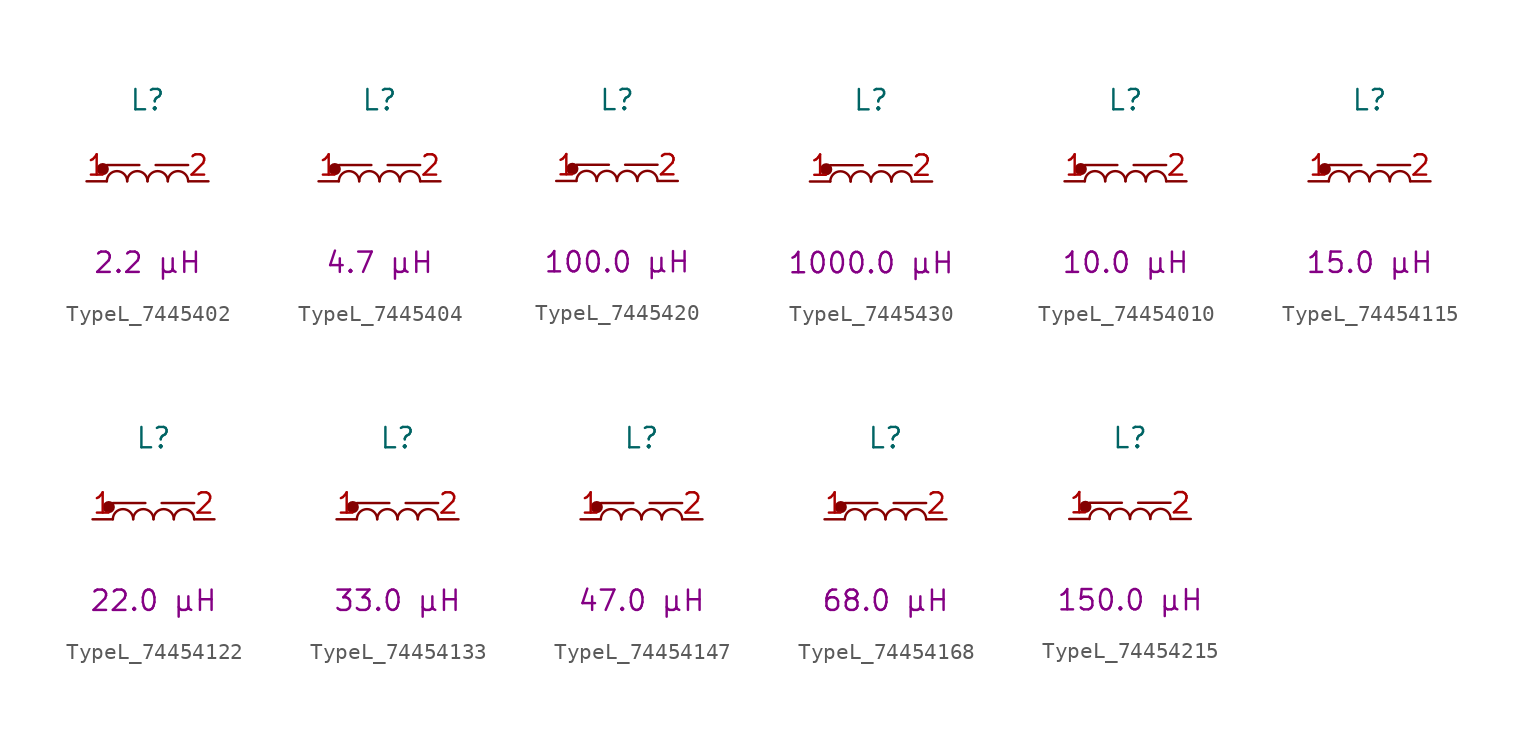
<source format=kicad_sym>
(kicad_symbol_lib
  (version 20220914)
  (generator kicad_symbol_editor)
  (symbol "TypeL_7445402"
    (pin_names hide)
    (property "Reference" "L"
      (at 0 5.08 0)
      (effects (font (size 1.27 1.27))))
    (property "Critical Parameter" "2.2 µH"
      (at 0 -5.08 0)
      (effects (font (size 1.27 1.27))))
    (symbol "TypeL_7445402_0_1"
      (arc (start -1.27 0) (mid -1.905 0.6323) (end -2.54 0) (stroke (width 0) (type default)) (fill (type none)))
      (arc (start 0 0) (mid -0.635 0.6323) (end -1.27 0) (stroke (width 0) (type default)) (fill (type none)))
      (polyline (pts (xy -2.54 1.016) (xy -0.508 1.016)) (stroke (width 0) (type default)) (fill (type none)))
      (arc (start 1.27 0) (mid 0.635 0.6323) (end 0 0) (stroke (width 0) (type default)) (fill (type none)))
      (arc (start 2.54 0) (mid 1.905 0.6323) (end 1.27 0) (stroke (width 0) (type default)) (fill (type none))))
    (symbol "TypeL_7445402_1_1"
      (circle (center -2.794 0.762) (radius 0.0001) (stroke (width 0.381) (type default)) (fill (type none)))
      (polyline (pts (xy 2.54 1.016) (xy 0.508 1.016)) (stroke (width 0) (type default)) (fill (type none)))
      (pin passive line (at -3.81 0 0) (length 1.27) (name "1" (effects (font (size 1.27 1.27)))) (number "1" (effects (font (size 1.27 1.27)))))
      (pin passive line (at 3.81 0 180) (length 1.27) (name "2" (effects (font (size 1.27 1.27)))) (number "2" (effects (font (size 1.27 1.27)))))))
  (symbol "TypeL_7445404"
    (pin_names hide)
    (property "Reference" "L"
      (at 0 5.08 0)
      (effects (font (size 1.27 1.27))))
    (property "Critical Parameter" "4.7 µH"
      (at 0 -5.08 0)
      (effects (font (size 1.27 1.27))))
    (symbol "TypeL_7445404_0_1"
      (arc (start -1.27 0) (mid -1.905 0.6323) (end -2.54 0) (stroke (width 0) (type default)) (fill (type none)))
      (arc (start 0 0) (mid -0.635 0.6323) (end -1.27 0) (stroke (width 0) (type default)) (fill (type none)))
      (polyline (pts (xy -2.54 1.016) (xy -0.508 1.016)) (stroke (width 0) (type default)) (fill (type none)))
      (arc (start 1.27 0) (mid 0.635 0.6323) (end 0 0) (stroke (width 0) (type default)) (fill (type none)))
      (arc (start 2.54 0) (mid 1.905 0.6323) (end 1.27 0) (stroke (width 0) (type default)) (fill (type none))))
    (symbol "TypeL_7445404_1_1"
      (circle (center -2.794 0.762) (radius 0.0001) (stroke (width 0.381) (type default)) (fill (type none)))
      (polyline (pts (xy 2.54 1.016) (xy 0.508 1.016)) (stroke (width 0) (type default)) (fill (type none)))
      (pin passive line (at -3.81 0 0) (length 1.27) (name "1" (effects (font (size 1.27 1.27)))) (number "1" (effects (font (size 1.27 1.27)))))
      (pin passive line (at 3.81 0 180) (length 1.27) (name "2" (effects (font (size 1.27 1.27)))) (number "2" (effects (font (size 1.27 1.27)))))))
  (symbol "TypeL_7445420"
    (pin_names hide)
    (property "Reference" "L"
      (at 0 5.08 0)
      (effects (font (size 1.27 1.27))))
    (property "Critical Parameter" "100.0 µH"
      (at 0 -5.08 0)
      (effects (font (size 1.27 1.27))))
    (symbol "TypeL_7445420_0_1"
      (arc (start -1.27 0) (mid -1.905 0.6323) (end -2.54 0) (stroke (width 0) (type default)) (fill (type none)))
      (arc (start 0 0) (mid -0.635 0.6323) (end -1.27 0) (stroke (width 0) (type default)) (fill (type none)))
      (polyline (pts (xy -2.54 1.016) (xy -0.508 1.016)) (stroke (width 0) (type default)) (fill (type none)))
      (arc (start 1.27 0) (mid 0.635 0.6323) (end 0 0) (stroke (width 0) (type default)) (fill (type none)))
      (arc (start 2.54 0) (mid 1.905 0.6323) (end 1.27 0) (stroke (width 0) (type default)) (fill (type none))))
    (symbol "TypeL_7445420_1_1"
      (circle (center -2.794 0.762) (radius 0.0001) (stroke (width 0.381) (type default)) (fill (type none)))
      (polyline (pts (xy 2.54 1.016) (xy 0.508 1.016)) (stroke (width 0) (type default)) (fill (type none)))
      (pin passive line (at -3.81 0 0) (length 1.27) (name "1" (effects (font (size 1.27 1.27)))) (number "1" (effects (font (size 1.27 1.27)))))
      (pin passive line (at 3.81 0 180) (length 1.27) (name "2" (effects (font (size 1.27 1.27)))) (number "2" (effects (font (size 1.27 1.27)))))))
  (symbol "TypeL_7445430"
    (pin_names hide)
    (property "Reference" "L"
      (at 0 5.08 0)
      (effects (font (size 1.27 1.27))))
    (property "Critical Parameter" "1000.0 µH"
      (at 0 -5.08 0)
      (effects (font (size 1.27 1.27))))
    (symbol "TypeL_7445430_0_1"
      (arc (start -1.27 0) (mid -1.905 0.6323) (end -2.54 0) (stroke (width 0) (type default)) (fill (type none)))
      (arc (start 0 0) (mid -0.635 0.6323) (end -1.27 0) (stroke (width 0) (type default)) (fill (type none)))
      (polyline (pts (xy -2.54 1.016) (xy -0.508 1.016)) (stroke (width 0) (type default)) (fill (type none)))
      (arc (start 1.27 0) (mid 0.635 0.6323) (end 0 0) (stroke (width 0) (type default)) (fill (type none)))
      (arc (start 2.54 0) (mid 1.905 0.6323) (end 1.27 0) (stroke (width 0) (type default)) (fill (type none))))
    (symbol "TypeL_7445430_1_1"
      (circle (center -2.794 0.762) (radius 0.0001) (stroke (width 0.381) (type default)) (fill (type none)))
      (polyline (pts (xy 2.54 1.016) (xy 0.508 1.016)) (stroke (width 0) (type default)) (fill (type none)))
      (pin passive line (at -3.81 0 0) (length 1.27) (name "1" (effects (font (size 1.27 1.27)))) (number "1" (effects (font (size 1.27 1.27)))))
      (pin passive line (at 3.81 0 180) (length 1.27) (name "2" (effects (font (size 1.27 1.27)))) (number "2" (effects (font (size 1.27 1.27)))))))
  (symbol "TypeL_74454010"
    (pin_names hide)
    (property "Reference" "L"
      (at 0 5.08 0)
      (effects (font (size 1.27 1.27))))
    (property "Critical Parameter" "10.0 µH"
      (at 0 -5.08 0)
      (effects (font (size 1.27 1.27))))
    (symbol "TypeL_74454010_0_1"
      (arc (start -1.27 0) (mid -1.905 0.6323) (end -2.54 0) (stroke (width 0) (type default)) (fill (type none)))
      (arc (start 0 0) (mid -0.635 0.6323) (end -1.27 0) (stroke (width 0) (type default)) (fill (type none)))
      (polyline (pts (xy -2.54 1.016) (xy -0.508 1.016)) (stroke (width 0) (type default)) (fill (type none)))
      (arc (start 1.27 0) (mid 0.635 0.6323) (end 0 0) (stroke (width 0) (type default)) (fill (type none)))
      (arc (start 2.54 0) (mid 1.905 0.6323) (end 1.27 0) (stroke (width 0) (type default)) (fill (type none))))
    (symbol "TypeL_74454010_1_1"
      (circle (center -2.794 0.762) (radius 0.0001) (stroke (width 0.381) (type default)) (fill (type none)))
      (polyline (pts (xy 2.54 1.016) (xy 0.508 1.016)) (stroke (width 0) (type default)) (fill (type none)))
      (pin passive line (at -3.81 0 0) (length 1.27) (name "1" (effects (font (size 1.27 1.27)))) (number "1" (effects (font (size 1.27 1.27)))))
      (pin passive line (at 3.81 0 180) (length 1.27) (name "2" (effects (font (size 1.27 1.27)))) (number "2" (effects (font (size 1.27 1.27)))))))
  (symbol "TypeL_74454115"
    (pin_names hide)
    (property "Reference" "L"
      (at 0 5.08 0)
      (effects (font (size 1.27 1.27))))
    (property "Critical Parameter" "15.0 µH"
      (at 0 -5.08 0)
      (effects (font (size 1.27 1.27))))
    (symbol "TypeL_74454115_0_1"
      (arc (start -1.27 0) (mid -1.905 0.6323) (end -2.54 0) (stroke (width 0) (type default)) (fill (type none)))
      (arc (start 0 0) (mid -0.635 0.6323) (end -1.27 0) (stroke (width 0) (type default)) (fill (type none)))
      (polyline (pts (xy -2.54 1.016) (xy -0.508 1.016)) (stroke (width 0) (type default)) (fill (type none)))
      (arc (start 1.27 0) (mid 0.635 0.6323) (end 0 0) (stroke (width 0) (type default)) (fill (type none)))
      (arc (start 2.54 0) (mid 1.905 0.6323) (end 1.27 0) (stroke (width 0) (type default)) (fill (type none))))
    (symbol "TypeL_74454115_1_1"
      (circle (center -2.794 0.762) (radius 0.0001) (stroke (width 0.381) (type default)) (fill (type none)))
      (polyline (pts (xy 2.54 1.016) (xy 0.508 1.016)) (stroke (width 0) (type default)) (fill (type none)))
      (pin passive line (at -3.81 0 0) (length 1.27) (name "1" (effects (font (size 1.27 1.27)))) (number "1" (effects (font (size 1.27 1.27)))))
      (pin passive line (at 3.81 0 180) (length 1.27) (name "2" (effects (font (size 1.27 1.27)))) (number "2" (effects (font (size 1.27 1.27)))))))
  (symbol "TypeL_74454122"
    (pin_names hide)
    (property "Reference" "L"
      (at 0 5.08 0)
      (effects (font (size 1.27 1.27))))
    (property "Critical Parameter" "22.0 µH"
      (at 0 -5.08 0)
      (effects (font (size 1.27 1.27))))
    (symbol "TypeL_74454122_0_1"
      (arc (start -1.27 0) (mid -1.905 0.6323) (end -2.54 0) (stroke (width 0) (type default)) (fill (type none)))
      (arc (start 0 0) (mid -0.635 0.6323) (end -1.27 0) (stroke (width 0) (type default)) (fill (type none)))
      (polyline (pts (xy -2.54 1.016) (xy -0.508 1.016)) (stroke (width 0) (type default)) (fill (type none)))
      (arc (start 1.27 0) (mid 0.635 0.6323) (end 0 0) (stroke (width 0) (type default)) (fill (type none)))
      (arc (start 2.54 0) (mid 1.905 0.6323) (end 1.27 0) (stroke (width 0) (type default)) (fill (type none))))
    (symbol "TypeL_74454122_1_1"
      (circle (center -2.794 0.762) (radius 0.0001) (stroke (width 0.381) (type default)) (fill (type none)))
      (polyline (pts (xy 2.54 1.016) (xy 0.508 1.016)) (stroke (width 0) (type default)) (fill (type none)))
      (pin passive line (at -3.81 0 0) (length 1.27) (name "1" (effects (font (size 1.27 1.27)))) (number "1" (effects (font (size 1.27 1.27)))))
      (pin passive line (at 3.81 0 180) (length 1.27) (name "2" (effects (font (size 1.27 1.27)))) (number "2" (effects (font (size 1.27 1.27)))))))
  (symbol "TypeL_74454133"
    (pin_names hide)
    (property "Reference" "L"
      (at 0 5.08 0)
      (effects (font (size 1.27 1.27))))
    (property "Critical Parameter" "33.0 µH"
      (at 0 -5.08 0)
      (effects (font (size 1.27 1.27))))
    (symbol "TypeL_74454133_0_1"
      (arc (start -1.27 0) (mid -1.905 0.6323) (end -2.54 0) (stroke (width 0) (type default)) (fill (type none)))
      (arc (start 0 0) (mid -0.635 0.6323) (end -1.27 0) (stroke (width 0) (type default)) (fill (type none)))
      (polyline (pts (xy -2.54 1.016) (xy -0.508 1.016)) (stroke (width 0) (type default)) (fill (type none)))
      (arc (start 1.27 0) (mid 0.635 0.6323) (end 0 0) (stroke (width 0) (type default)) (fill (type none)))
      (arc (start 2.54 0) (mid 1.905 0.6323) (end 1.27 0) (stroke (width 0) (type default)) (fill (type none))))
    (symbol "TypeL_74454133_1_1"
      (circle (center -2.794 0.762) (radius 0.0001) (stroke (width 0.381) (type default)) (fill (type none)))
      (polyline (pts (xy 2.54 1.016) (xy 0.508 1.016)) (stroke (width 0) (type default)) (fill (type none)))
      (pin passive line (at -3.81 0 0) (length 1.27) (name "1" (effects (font (size 1.27 1.27)))) (number "1" (effects (font (size 1.27 1.27)))))
      (pin passive line (at 3.81 0 180) (length 1.27) (name "2" (effects (font (size 1.27 1.27)))) (number "2" (effects (font (size 1.27 1.27)))))))
  (symbol "TypeL_74454147"
    (pin_names hide)
    (property "Reference" "L"
      (at 0 5.08 0)
      (effects (font (size 1.27 1.27))))
    (property "Critical Parameter" "47.0 µH"
      (at 0 -5.08 0)
      (effects (font (size 1.27 1.27))))
    (symbol "TypeL_74454147_0_1"
      (arc (start -1.27 0) (mid -1.905 0.6323) (end -2.54 0) (stroke (width 0) (type default)) (fill (type none)))
      (arc (start 0 0) (mid -0.635 0.6323) (end -1.27 0) (stroke (width 0) (type default)) (fill (type none)))
      (polyline (pts (xy -2.54 1.016) (xy -0.508 1.016)) (stroke (width 0) (type default)) (fill (type none)))
      (arc (start 1.27 0) (mid 0.635 0.6323) (end 0 0) (stroke (width 0) (type default)) (fill (type none)))
      (arc (start 2.54 0) (mid 1.905 0.6323) (end 1.27 0) (stroke (width 0) (type default)) (fill (type none))))
    (symbol "TypeL_74454147_1_1"
      (circle (center -2.794 0.762) (radius 0.0001) (stroke (width 0.381) (type default)) (fill (type none)))
      (polyline (pts (xy 2.54 1.016) (xy 0.508 1.016)) (stroke (width 0) (type default)) (fill (type none)))
      (pin passive line (at -3.81 0 0) (length 1.27) (name "1" (effects (font (size 1.27 1.27)))) (number "1" (effects (font (size 1.27 1.27)))))
      (pin passive line (at 3.81 0 180) (length 1.27) (name "2" (effects (font (size 1.27 1.27)))) (number "2" (effects (font (size 1.27 1.27)))))))
  (symbol "TypeL_74454168"
    (pin_names hide)
    (property "Reference" "L"
      (at 0 5.08 0)
      (effects (font (size 1.27 1.27))))
    (property "Critical Parameter" "68.0 µH"
      (at 0 -5.08 0)
      (effects (font (size 1.27 1.27))))
    (symbol "TypeL_74454168_0_1"
      (arc (start -1.27 0) (mid -1.905 0.6323) (end -2.54 0) (stroke (width 0) (type default)) (fill (type none)))
      (arc (start 0 0) (mid -0.635 0.6323) (end -1.27 0) (stroke (width 0) (type default)) (fill (type none)))
      (polyline (pts (xy -2.54 1.016) (xy -0.508 1.016)) (stroke (width 0) (type default)) (fill (type none)))
      (arc (start 1.27 0) (mid 0.635 0.6323) (end 0 0) (stroke (width 0) (type default)) (fill (type none)))
      (arc (start 2.54 0) (mid 1.905 0.6323) (end 1.27 0) (stroke (width 0) (type default)) (fill (type none))))
    (symbol "TypeL_74454168_1_1"
      (circle (center -2.794 0.762) (radius 0.0001) (stroke (width 0.381) (type default)) (fill (type none)))
      (polyline (pts (xy 2.54 1.016) (xy 0.508 1.016)) (stroke (width 0) (type default)) (fill (type none)))
      (pin passive line (at -3.81 0 0) (length 1.27) (name "1" (effects (font (size 1.27 1.27)))) (number "1" (effects (font (size 1.27 1.27)))))
      (pin passive line (at 3.81 0 180) (length 1.27) (name "2" (effects (font (size 1.27 1.27)))) (number "2" (effects (font (size 1.27 1.27)))))))
  (symbol "TypeL_74454215"
    (pin_names hide)
    (property "Reference" "L"
      (at 0 5.08 0)
      (effects (font (size 1.27 1.27))))
    (property "Critical Parameter" "150.0 µH"
      (at 0 -5.08 0)
      (effects (font (size 1.27 1.27))))
    (symbol "TypeL_74454215_0_1"
      (arc (start -1.27 0) (mid -1.905 0.6323) (end -2.54 0) (stroke (width 0) (type default)) (fill (type none)))
      (arc (start 0 0) (mid -0.635 0.6323) (end -1.27 0) (stroke (width 0) (type default)) (fill (type none)))
      (polyline (pts (xy -2.54 1.016) (xy -0.508 1.016)) (stroke (width 0) (type default)) (fill (type none)))
      (arc (start 1.27 0) (mid 0.635 0.6323) (end 0 0) (stroke (width 0) (type default)) (fill (type none)))
      (arc (start 2.54 0) (mid 1.905 0.6323) (end 1.27 0) (stroke (width 0) (type default)) (fill (type none))))
    (symbol "TypeL_74454215_1_1"
      (circle (center -2.794 0.762) (radius 0.0001) (stroke (width 0.381) (type default)) (fill (type none)))
      (polyline (pts (xy 2.54 1.016) (xy 0.508 1.016)) (stroke (width 0) (type default)) (fill (type none)))
      (pin passive line (at -3.81 0 0) (length 1.27) (name "1" (effects (font (size 1.27 1.27)))) (number "1" (effects (font (size 1.27 1.27)))))
      (pin passive line (at 3.81 0 180) (length 1.27) (name "2" (effects (font (size 1.27 1.27)))) (number "2" (effects (font (size 1.27 1.27))))))))
</source>
